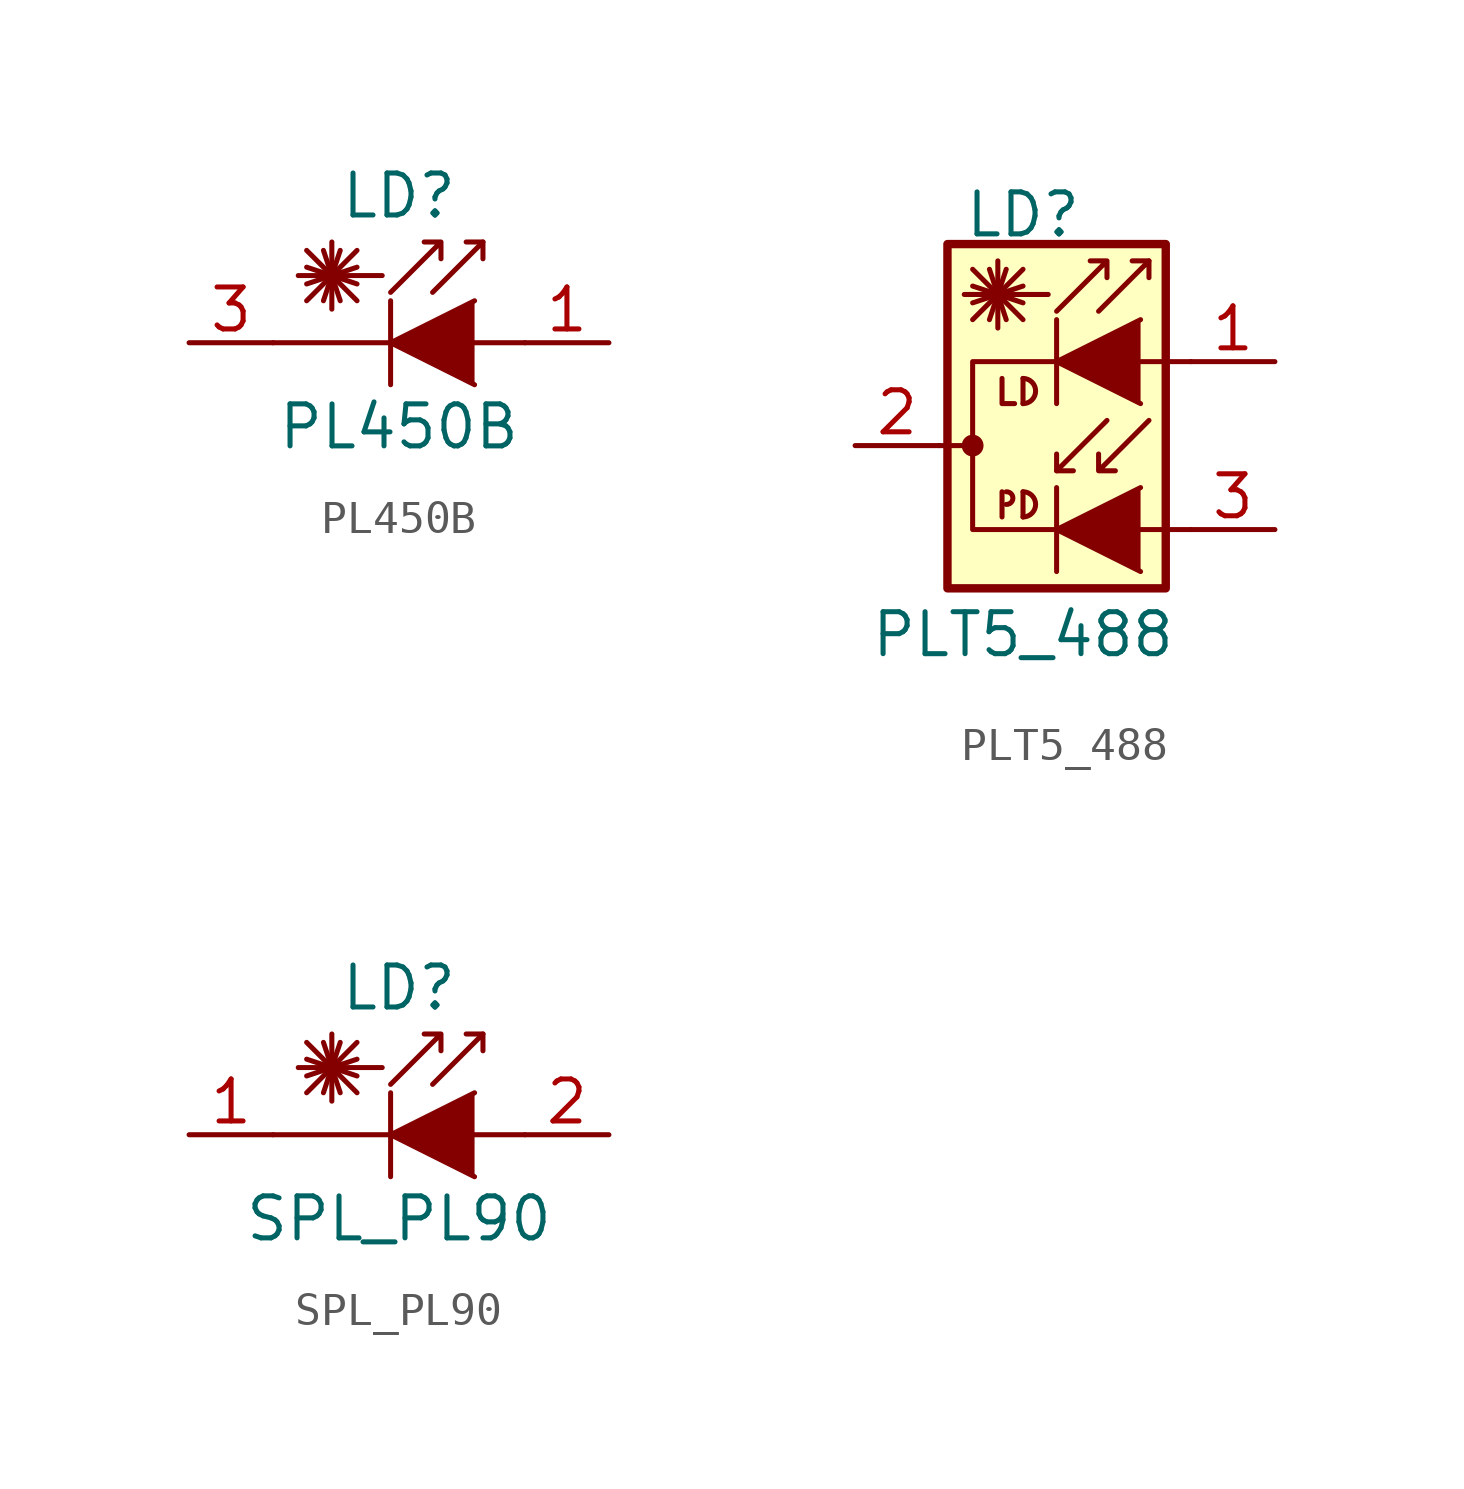
<source format=kicad_sym>
(kicad_symbol_lib
  (version 20201005)
  (generator kicad_symbol_editor)
  (symbol "PL450B"
    (pin_names
      (offset 1.016) hide)
    (property "Reference" "LD"
      (at -1.27 4.445 0)
      (effects (font (size 1.27 1.27))))
    (property "Value" "PL450B"
      (at -1.27 -2.54 0)
      (effects (font (size 1.27 1.27))))
    (symbol "PL450B_0_1"
      (polyline (pts (xy -4.064 1.27) (xy -2.54 2.794)) (stroke (width 0)) (fill (type none)))
      (polyline (pts (xy -4.064 1.778) (xy -2.54 2.286)) (stroke (width 0)) (fill (type none)))
      (polyline (pts (xy -4.064 2.286) (xy -2.54 1.778)) (stroke (width 0)) (fill (type none)))
      (polyline (pts (xy -4.064 2.794) (xy -2.54 1.27)) (stroke (width 0)) (fill (type none)))
      (polyline (pts (xy -3.556 2.794) (xy -3.048 1.27)) (stroke (width 0)) (fill (type none)))
      (polyline (pts (xy -3.302 2.032) (xy -3.302 1.016)) (stroke (width 0)) (fill (type none)))
      (polyline (pts (xy -3.302 2.032) (xy -3.302 3.048)) (stroke (width 0)) (fill (type none)))
      (polyline (pts (xy -3.048 2.794) (xy -3.556 1.27)) (stroke (width 0)) (fill (type none)))
      (polyline (pts (xy -1.778 2.032) (xy -4.318 2.032)) (stroke (width 0)) (fill (type none)))
      (polyline (pts (xy -1.524 1.27) (xy -1.524 -1.27)) (stroke (width 0.152)) (fill (type none)))
      (polyline (pts (xy 1.27 3.048) (xy 0.762 3.048)) (stroke (width 0)) (fill (type none)))
      (polyline (pts (xy 2.54 0) (xy -5.08 0)) (stroke (width 0)) (fill (type none)))
      (polyline (pts (xy -0.254 1.524) (xy 1.27 3.048) (xy 1.27 2.54)) (stroke (width 0)) (fill (type none)))
      (polyline (pts (xy 1.016 1.27) (xy -1.524 0) (xy 1.016 -1.27)) (stroke (width 0)) (fill (type outline)))
      (polyline (pts (xy -1.524 1.524) (xy 0 3.048) (xy 0 2.54) (xy 0 3.048) (xy -0.508 3.048)) (stroke (width 0)) (fill (type none))))
    (symbol "PL450B_1_1"
      (pin passive line (at 5.08 0 180) (length 2.54) (name "A" (effects (font (size 1.27 1.27)))) (number "1" (effects (font (size 1.27 1.27)))))
      (pin no_connect line (at -7.62 2.54 0) (length 2.54) hide (name "NC" (effects (font (size 1.27 1.27)))) (number "2" (effects (font (size 1.27 1.27)))))
      (pin passive line (at -7.62 0 0) (length 2.54) (name "C" (effects (font (size 1.27 1.27)))) (number "3" (effects (font (size 1.27 1.27)))))))
  (symbol "PLT5_488"
    (pin_names
      (offset 1.016) hide)
    (property "Reference" "LD"
      (at 0 6.985 0)
      (effects (font (size 1.27 1.27))))
    (property "Value" "PLT5_488"
      (at 0 -5.715 0)
      (effects (font (size 1.27 1.27))))
    (symbol "PLT5_488_0_1"
      (arc (start -0.508 -1.778) (end -0.508 -1.397) (radius (at -0.508 -1.6002) (length 0.1778) (angles -89.9 89.9)) (stroke (width 0)) (fill (type none)))
      (arc (start 0 -2.159) (end 0 -1.397) (radius (at 0 -1.778) (length 0.381) (angles -89.9 89.9)) (stroke (width 0)) (fill (type none)))
      (arc (start 0 1.27) (end 0 2.032) (radius (at 0 1.651) (length 0.381) (angles -89.9 89.9)) (stroke (width 0)) (fill (type none)))
      (circle (center -1.524 0) (radius 0.254) (stroke (width 0)) (fill (type outline)))
      (rectangle (start 4.318 6.096) (end -2.286 -4.318) (stroke (width 0.254)) (fill (type background)))
      (polyline (pts (xy -2.54 0) (xy -1.524 0)) (stroke (width 0)) (fill (type none)))
      (polyline (pts (xy -1.524 3.81) (xy 0 5.334)) (stroke (width 0)) (fill (type none)))
      (polyline (pts (xy -1.524 4.318) (xy 0 4.826)) (stroke (width 0)) (fill (type none)))
      (polyline (pts (xy -1.524 4.826) (xy 0 4.318)) (stroke (width 0)) (fill (type none)))
      (polyline (pts (xy -1.524 5.334) (xy 0 3.81)) (stroke (width 0)) (fill (type none)))
      (polyline (pts (xy -1.016 5.334) (xy -0.508 3.81)) (stroke (width 0)) (fill (type none)))
      (polyline (pts (xy -0.762 4.572) (xy -0.762 3.556)) (stroke (width 0)) (fill (type none)))
      (polyline (pts (xy -0.762 4.572) (xy -0.762 5.588)) (stroke (width 0)) (fill (type none)))
      (polyline (pts (xy -0.635 -1.397) (xy -0.635 -2.159)) (stroke (width 0)) (fill (type none)))
      (polyline (pts (xy -0.508 5.334) (xy -1.016 3.81)) (stroke (width 0)) (fill (type none)))
      (polyline (pts (xy 0 -1.397) (xy 0 -2.159)) (stroke (width 0)) (fill (type none)))
      (polyline (pts (xy 0 2.032) (xy 0 1.27)) (stroke (width 0)) (fill (type none)))
      (polyline (pts (xy 0.762 4.572) (xy -1.778 4.572)) (stroke (width 0)) (fill (type none)))
      (polyline (pts (xy 1.016 -1.27) (xy 1.016 -3.81)) (stroke (width 0.152)) (fill (type none)))
      (polyline (pts (xy 1.016 -0.762) (xy 1.524 -0.762)) (stroke (width 0)) (fill (type none)))
      (polyline (pts (xy 1.016 3.81) (xy 1.016 1.27)) (stroke (width 0.152)) (fill (type none)))
      (polyline (pts (xy 3.81 5.588) (xy 3.302 5.588)) (stroke (width 0)) (fill (type none)))
      (polyline (pts (xy -0.635 2.032) (xy -0.635 1.27) (xy -0.254 1.27)) (stroke (width 0)) (fill (type none)))
      (polyline (pts (xy 2.286 4.064) (xy 3.81 5.588) (xy 3.81 5.08)) (stroke (width 0)) (fill (type none)))
      (polyline (pts (xy 2.54 0.762) (xy 1.016 -0.762) (xy 1.016 -0.254)) (stroke (width 0)) (fill (type none)))
      (polyline (pts (xy 3.556 -1.27) (xy 1.016 -2.54) (xy 3.556 -3.81)) (stroke (width 0)) (fill (type outline)))
      (polyline (pts (xy 3.556 3.81) (xy 1.016 2.54) (xy 3.556 1.27)) (stroke (width 0)) (fill (type outline)))
      (polyline (pts (xy 5.08 2.54) (xy -1.524 2.54) (xy -1.524 -2.54) (xy 5.08 -2.54)) (stroke (width 0)) (fill (type none)))
      (polyline (pts (xy 1.016 4.064) (xy 2.54 5.588) (xy 2.54 5.08) (xy 2.54 5.588) (xy 2.032 5.588)) (stroke (width 0)) (fill (type none)))
      (polyline (pts (xy 3.81 0.762) (xy 2.286 -0.762) (xy 2.286 -0.254) (xy 2.286 -0.762) (xy 2.794 -0.762)) (stroke (width 0)) (fill (type none))))
    (symbol "PLT5_488_1_1"
      (pin passive line (at 7.62 2.54 180) (length 2.54) (name "~" (effects (font (size 1.27 1.27)))) (number "1" (effects (font (size 1.27 1.27)))))
      (pin passive line (at -5.08 0 0) (length 2.54) (name "~" (effects (font (size 1.27 1.27)))) (number "2" (effects (font (size 1.27 1.27)))))
      (pin passive line (at 7.62 -2.54 180) (length 2.54) (name "~" (effects (font (size 1.27 1.27)))) (number "3" (effects (font (size 1.27 1.27)))))))
  (symbol "SPL_PL90"
    (pin_names
      (offset 1.016) hide)
    (property "Reference" "LD"
      (at -1.27 4.445 0)
      (effects (font (size 1.27 1.27))))
    (property "Value" "SPL_PL90"
      (at -1.27 -2.54 0)
      (effects (font (size 1.27 1.27))))
    (symbol "SPL_PL90_0_1"
      (polyline (pts (xy -4.064 1.27) (xy -2.54 2.794)) (stroke (width 0)) (fill (type none)))
      (polyline (pts (xy -4.064 1.778) (xy -2.54 2.286)) (stroke (width 0)) (fill (type none)))
      (polyline (pts (xy -4.064 2.286) (xy -2.54 1.778)) (stroke (width 0)) (fill (type none)))
      (polyline (pts (xy -4.064 2.794) (xy -2.54 1.27)) (stroke (width 0)) (fill (type none)))
      (polyline (pts (xy -3.556 2.794) (xy -3.048 1.27)) (stroke (width 0)) (fill (type none)))
      (polyline (pts (xy -3.302 2.032) (xy -3.302 1.016)) (stroke (width 0)) (fill (type none)))
      (polyline (pts (xy -3.302 2.032) (xy -3.302 3.048)) (stroke (width 0)) (fill (type none)))
      (polyline (pts (xy -3.048 2.794) (xy -3.556 1.27)) (stroke (width 0)) (fill (type none)))
      (polyline (pts (xy -1.778 2.032) (xy -4.318 2.032)) (stroke (width 0)) (fill (type none)))
      (polyline (pts (xy -1.524 1.27) (xy -1.524 -1.27)) (stroke (width 0.152)) (fill (type none)))
      (polyline (pts (xy 1.27 3.048) (xy 0.762 3.048)) (stroke (width 0)) (fill (type none)))
      (polyline (pts (xy 2.54 0) (xy -5.08 0)) (stroke (width 0)) (fill (type none)))
      (polyline (pts (xy -0.254 1.524) (xy 1.27 3.048) (xy 1.27 2.54)) (stroke (width 0)) (fill (type none)))
      (polyline (pts (xy 1.016 1.27) (xy -1.524 0) (xy 1.016 -1.27)) (stroke (width 0)) (fill (type outline)))
      (polyline (pts (xy -1.524 1.524) (xy 0 3.048) (xy 0 2.54) (xy 0 3.048) (xy -0.508 3.048)) (stroke (width 0)) (fill (type none))))
    (symbol "SPL_PL90_1_1"
      (pin passive line (at -7.62 0 0) (length 2.54) (name "C" (effects (font (size 1.27 1.27)))) (number "1" (effects (font (size 1.27 1.27)))))
      (pin passive line (at 5.08 0 180) (length 2.54) (name "A" (effects (font (size 1.27 1.27)))) (number "2" (effects (font (size 1.27 1.27))))))))
</source>
